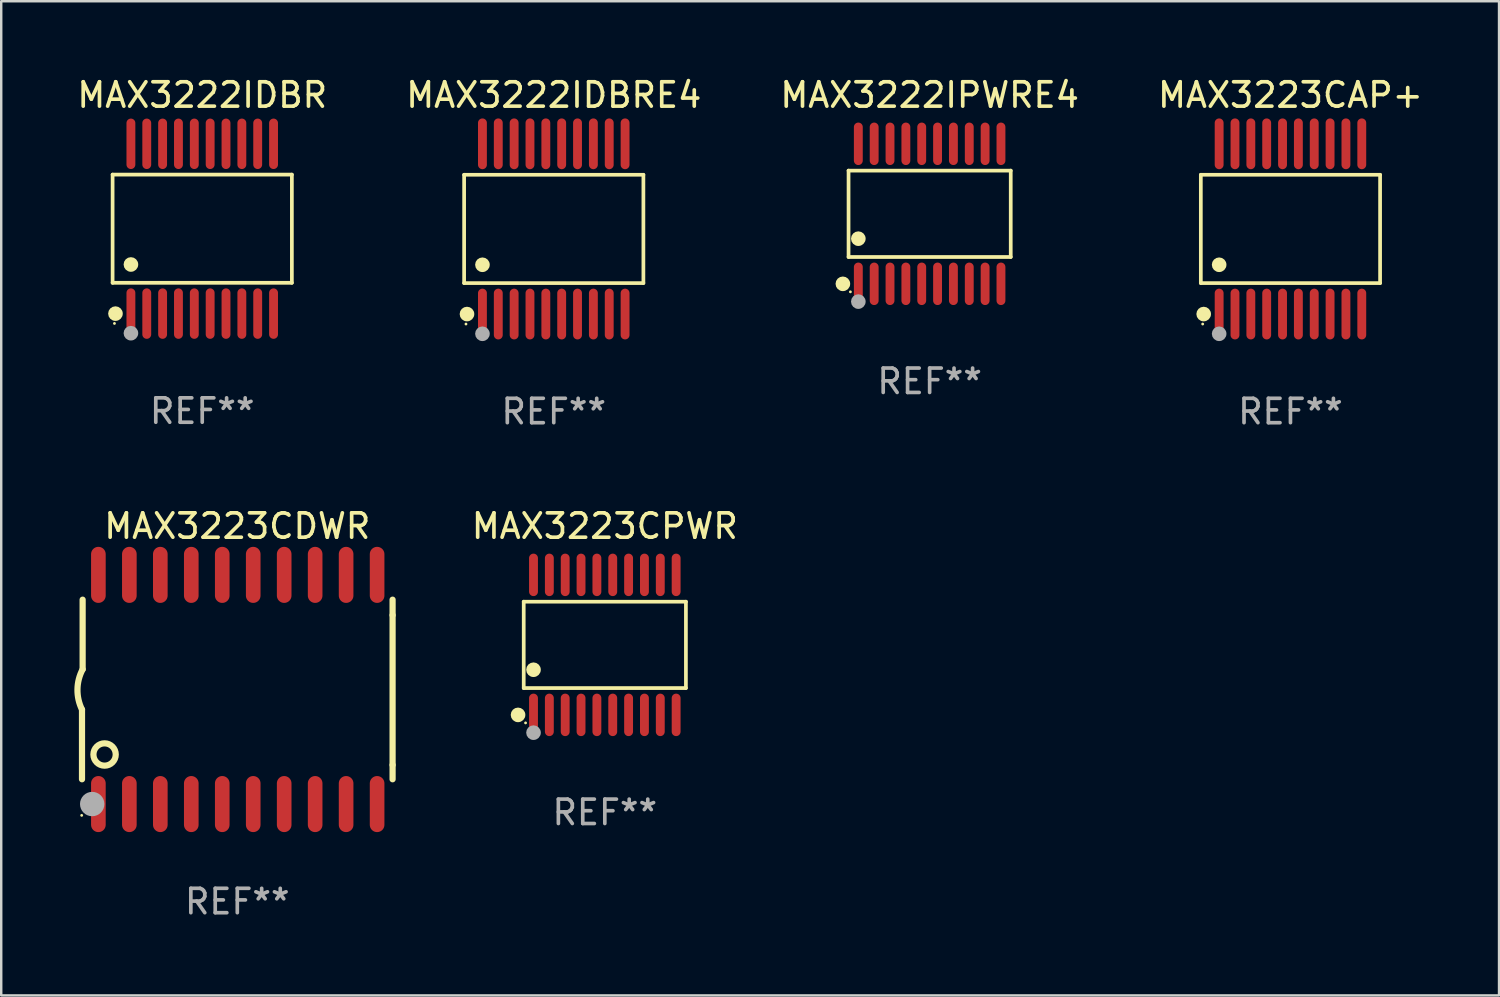
<source format=kicad_pcb>
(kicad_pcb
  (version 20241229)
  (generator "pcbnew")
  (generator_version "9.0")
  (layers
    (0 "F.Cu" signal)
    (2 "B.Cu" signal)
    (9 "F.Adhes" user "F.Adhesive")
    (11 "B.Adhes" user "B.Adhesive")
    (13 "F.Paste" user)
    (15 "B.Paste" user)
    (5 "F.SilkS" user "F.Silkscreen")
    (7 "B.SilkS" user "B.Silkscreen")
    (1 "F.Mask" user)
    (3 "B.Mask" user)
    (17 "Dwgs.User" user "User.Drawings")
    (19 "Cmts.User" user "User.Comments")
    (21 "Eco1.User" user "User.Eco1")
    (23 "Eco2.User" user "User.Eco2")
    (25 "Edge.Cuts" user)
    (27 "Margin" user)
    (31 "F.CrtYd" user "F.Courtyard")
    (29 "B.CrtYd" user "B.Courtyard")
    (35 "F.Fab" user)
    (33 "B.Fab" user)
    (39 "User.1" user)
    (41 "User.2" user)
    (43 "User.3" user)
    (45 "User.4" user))
  (footprint "MAX3222IDBRE4"
    (layer "F.Cu")
    (at 19.661 6.339)
    (property "Reference" "MAX3222IDBRE4" (at 0 -5.491 0) (layer "F.SilkS") (effects (font (size 1 1) (thickness 0.15))))
    (attr through_hole)
    (fp_line (start -3.676 -2.221) (end 3.676 -2.221) (stroke (width 0.152) (type solid)) (layer "F.SilkS"))
    (fp_line (start -3.676 2.221) (end -3.676 -2.221) (stroke (width 0.152) (type solid)) (layer "F.SilkS"))
    (fp_line (start 3.676 -2.221) (end 3.676 2.221) (stroke (width 0.152) (type solid)) (layer "F.SilkS"))
    (fp_line (start 3.676 2.221) (end -3.676 2.221) (stroke (width 0.152) (type solid)) (layer "F.SilkS"))
    (fp_circle (center -3.6 3.9) (end -3.57 3.9) (stroke (width 0.06) (type solid)) (fill no) (layer "F.SilkS"))
    (fp_circle (center -3.559 3.491) (end -3.409 3.491) (stroke (width 0.3) (type solid)) (fill no) (layer "F.SilkS"))
    (fp_circle (center -2.925 1.469) (end -2.775 1.469) (stroke (width 0.3) (type solid)) (fill no) (layer "F.SilkS"))
    (fp_circle (center -2.925 4.3) (end -2.775 4.3) (stroke (width 0.3) (type solid)) (fill no) (layer "F.Fab"))
    (fp_text user "REF**" (at 0 7.491 0) (layer "F.Fab") (effects (font (size 1 1) (thickness 0.15))))
    (pad "1" smd oval (at -2.925 3.491) (size 0.364 2.082) (layers "F.Cu" "F.Mask" "F.Paste"))
    (pad "2" smd oval (at -2.275 3.491) (size 0.364 2.082) (layers "F.Cu" "F.Mask" "F.Paste"))
    (pad "3" smd oval (at -1.625 3.491) (size 0.364 2.082) (layers "F.Cu" "F.Mask" "F.Paste"))
    (pad "4" smd oval (at -0.975 3.491) (size 0.364 2.082) (layers "F.Cu" "F.Mask" "F.Paste"))
    (pad "5" smd oval (at -0.325 3.491) (size 0.364 2.082) (layers "F.Cu" "F.Mask" "F.Paste"))
    (pad "6" smd oval (at 0.325 3.491) (size 0.364 2.082) (layers "F.Cu" "F.Mask" "F.Paste"))
    (pad "7" smd oval (at 0.975 3.491) (size 0.364 2.082) (layers "F.Cu" "F.Mask" "F.Paste"))
    (pad "8" smd oval (at 1.625 3.491) (size 0.364 2.082) (layers "F.Cu" "F.Mask" "F.Paste"))
    (pad "9" smd oval (at 2.275 3.491) (size 0.364 2.082) (layers "F.Cu" "F.Mask" "F.Paste"))
    (pad "10" smd oval (at 2.925 3.491) (size 0.364 2.082) (layers "F.Cu" "F.Mask" "F.Paste"))
    (pad "11" smd oval (at 2.925 -3.491) (size 0.364 2.082) (layers "F.Cu" "F.Mask" "F.Paste"))
    (pad "12" smd oval (at 2.275 -3.491) (size 0.364 2.082) (layers "F.Cu" "F.Mask" "F.Paste"))
    (pad "13" smd oval (at 1.625 -3.491) (size 0.364 2.082) (layers "F.Cu" "F.Mask" "F.Paste"))
    (pad "14" smd oval (at 0.975 -3.491) (size 0.364 2.082) (layers "F.Cu" "F.Mask" "F.Paste"))
    (pad "15" smd oval (at 0.325 -3.491) (size 0.364 2.082) (layers "F.Cu" "F.Mask" "F.Paste"))
    (pad "16" smd oval (at -0.325 -3.491) (size 0.364 2.082) (layers "F.Cu" "F.Mask" "F.Paste"))
    (pad "17" smd oval (at -0.975 -3.491) (size 0.364 2.082) (layers "F.Cu" "F.Mask" "F.Paste"))
    (pad "18" smd oval (at -1.625 -3.491) (size 0.364 2.082) (layers "F.Cu" "F.Mask" "F.Paste"))
    (pad "19" smd oval (at -2.275 -3.491) (size 0.364 2.082) (layers "F.Cu" "F.Mask" "F.Paste"))
    (pad "20" smd oval (at -2.925 -3.491) (size 0.364 2.082) (layers "F.Cu" "F.Mask" "F.Paste")))
  (footprint "MAX3223CPWR"
    (layer "F.Cu")
    (at 21.755 23.398)
    (property "Reference" "MAX3223CPWR" (at 0 -4.871 0) (layer "F.SilkS") (effects (font (size 1 1) (thickness 0.15))))
    (attr through_hole)
    (fp_line (start -3.326 -1.771) (end 3.326 -1.771) (stroke (width 0.152) (type solid)) (layer "F.SilkS"))
    (fp_line (start -3.326 1.771) (end -3.326 -1.771) (stroke (width 0.152) (type solid)) (layer "F.SilkS"))
    (fp_line (start 3.326 -1.771) (end 3.326 1.771) (stroke (width 0.152) (type solid)) (layer "F.SilkS"))
    (fp_line (start 3.326 1.771) (end -3.326 1.771) (stroke (width 0.152) (type solid)) (layer "F.SilkS"))
    (fp_circle (center -3.559 2.871) (end -3.409 2.871) (stroke (width 0.3) (type solid)) (fill no) (layer "F.SilkS"))
    (fp_circle (center -3.25 3.2) (end -3.22 3.2) (stroke (width 0.06) (type solid)) (fill no) (layer "F.SilkS"))
    (fp_circle (center -2.925 1.019) (end -2.775 1.019) (stroke (width 0.3) (type solid)) (fill no) (layer "F.SilkS"))
    (fp_circle (center -2.925 3.6) (end -2.775 3.6) (stroke (width 0.3) (type solid)) (fill no) (layer "F.Fab"))
    (fp_text user "REF**" (at 0 6.871 0) (layer "F.Fab") (effects (font (size 1 1) (thickness 0.15))))
    (pad "1" smd oval (at -2.925 2.871) (size 0.364 1.742) (layers "F.Cu" "F.Mask" "F.Paste"))
    (pad "2" smd oval (at -2.275 2.871) (size 0.364 1.742) (layers "F.Cu" "F.Mask" "F.Paste"))
    (pad "3" smd oval (at -1.625 2.871) (size 0.364 1.742) (layers "F.Cu" "F.Mask" "F.Paste"))
    (pad "4" smd oval (at -0.975 2.871) (size 0.364 1.742) (layers "F.Cu" "F.Mask" "F.Paste"))
    (pad "5" smd oval (at -0.325 2.871) (size 0.364 1.742) (layers "F.Cu" "F.Mask" "F.Paste"))
    (pad "6" smd oval (at 0.325 2.871) (size 0.364 1.742) (layers "F.Cu" "F.Mask" "F.Paste"))
    (pad "7" smd oval (at 0.975 2.871) (size 0.364 1.742) (layers "F.Cu" "F.Mask" "F.Paste"))
    (pad "8" smd oval (at 1.625 2.871) (size 0.364 1.742) (layers "F.Cu" "F.Mask" "F.Paste"))
    (pad "9" smd oval (at 2.275 2.871) (size 0.364 1.742) (layers "F.Cu" "F.Mask" "F.Paste"))
    (pad "10" smd oval (at 2.925 2.871) (size 0.364 1.742) (layers "F.Cu" "F.Mask" "F.Paste"))
    (pad "11" smd oval (at 2.925 -2.871) (size 0.364 1.742) (layers "F.Cu" "F.Mask" "F.Paste"))
    (pad "12" smd oval (at 2.275 -2.871) (size 0.364 1.742) (layers "F.Cu" "F.Mask" "F.Paste"))
    (pad "13" smd oval (at 1.625 -2.871) (size 0.364 1.742) (layers "F.Cu" "F.Mask" "F.Paste"))
    (pad "14" smd oval (at 0.975 -2.871) (size 0.364 1.742) (layers "F.Cu" "F.Mask" "F.Paste"))
    (pad "15" smd oval (at 0.325 -2.871) (size 0.364 1.742) (layers "F.Cu" "F.Mask" "F.Paste"))
    (pad "16" smd oval (at -0.325 -2.871) (size 0.364 1.742) (layers "F.Cu" "F.Mask" "F.Paste"))
    (pad "17" smd oval (at -0.975 -2.871) (size 0.364 1.742) (layers "F.Cu" "F.Mask" "F.Paste"))
    (pad "18" smd oval (at -1.625 -2.871) (size 0.364 1.742) (layers "F.Cu" "F.Mask" "F.Paste"))
    (pad "19" smd oval (at -2.275 -2.871) (size 0.364 1.742) (layers "F.Cu" "F.Mask" "F.Paste"))
    (pad "20" smd oval (at -2.925 -2.871) (size 0.364 1.742) (layers "F.Cu" "F.Mask" "F.Paste")))
  (footprint "MAX3222IDBR"
    (layer "F.Cu")
    (at 5.244 6.33)
    (property "Reference" "MAX3222IDBR" (at 0 -5.482 0) (layer "F.SilkS") (effects (font (size 1 1) (thickness 0.15))))
    (attr through_hole)
    (fp_line (start -3.676 -2.219) (end 3.676 -2.219) (stroke (width 0.152) (type solid)) (layer "F.SilkS"))
    (fp_line (start -3.676 2.219) (end -3.676 -2.219) (stroke (width 0.152) (type solid)) (layer "F.SilkS"))
    (fp_line (start 3.676 -2.219) (end 3.676 2.219) (stroke (width 0.152) (type solid)) (layer "F.SilkS"))
    (fp_line (start 3.676 2.219) (end -3.676 2.219) (stroke (width 0.152) (type solid)) (layer "F.SilkS"))
    (fp_circle (center -3.6 3.885) (end -3.57 3.885) (stroke (width 0.06) (type solid)) (fill no) (layer "F.SilkS"))
    (fp_circle (center -3.559 3.482) (end -3.409 3.482) (stroke (width 0.3) (type solid)) (fill no) (layer "F.SilkS"))
    (fp_circle (center -2.925 1.467) (end -2.775 1.467) (stroke (width 0.3) (type solid)) (fill no) (layer "F.SilkS"))
    (fp_circle (center -2.925 4.285) (end -2.775 4.285) (stroke (width 0.3) (type solid)) (fill no) (layer "F.Fab"))
    (fp_text user "REF**" (at 0 7.482 0) (layer "F.Fab") (effects (font (size 1 1) (thickness 0.15))))
    (pad "1" smd oval (at -2.925 3.482) (size 0.364 2.069) (layers "F.Cu" "F.Mask" "F.Paste"))
    (pad "2" smd oval (at -2.275 3.482) (size 0.364 2.069) (layers "F.Cu" "F.Mask" "F.Paste"))
    (pad "3" smd oval (at -1.625 3.482) (size 0.364 2.069) (layers "F.Cu" "F.Mask" "F.Paste"))
    (pad "4" smd oval (at -0.975 3.482) (size 0.364 2.069) (layers "F.Cu" "F.Mask" "F.Paste"))
    (pad "5" smd oval (at -0.325 3.482) (size 0.364 2.069) (layers "F.Cu" "F.Mask" "F.Paste"))
    (pad "6" smd oval (at 0.325 3.482) (size 0.364 2.069) (layers "F.Cu" "F.Mask" "F.Paste"))
    (pad "7" smd oval (at 0.975 3.482) (size 0.364 2.069) (layers "F.Cu" "F.Mask" "F.Paste"))
    (pad "8" smd oval (at 1.625 3.482) (size 0.364 2.069) (layers "F.Cu" "F.Mask" "F.Paste"))
    (pad "9" smd oval (at 2.275 3.482) (size 0.364 2.069) (layers "F.Cu" "F.Mask" "F.Paste"))
    (pad "10" smd oval (at 2.925 3.482) (size 0.364 2.069) (layers "F.Cu" "F.Mask" "F.Paste"))
    (pad "11" smd oval (at 2.925 -3.482) (size 0.364 2.069) (layers "F.Cu" "F.Mask" "F.Paste"))
    (pad "12" smd oval (at 2.275 -3.482) (size 0.364 2.069) (layers "F.Cu" "F.Mask" "F.Paste"))
    (pad "13" smd oval (at 1.625 -3.482) (size 0.364 2.069) (layers "F.Cu" "F.Mask" "F.Paste"))
    (pad "14" smd oval (at 0.975 -3.482) (size 0.364 2.069) (layers "F.Cu" "F.Mask" "F.Paste"))
    (pad "15" smd oval (at 0.325 -3.482) (size 0.364 2.069) (layers "F.Cu" "F.Mask" "F.Paste"))
    (pad "16" smd oval (at -0.325 -3.482) (size 0.364 2.069) (layers "F.Cu" "F.Mask" "F.Paste"))
    (pad "17" smd oval (at -0.975 -3.482) (size 0.364 2.069) (layers "F.Cu" "F.Mask" "F.Paste"))
    (pad "18" smd oval (at -1.625 -3.482) (size 0.364 2.069) (layers "F.Cu" "F.Mask" "F.Paste"))
    (pad "19" smd oval (at -2.275 -3.482) (size 0.364 2.069) (layers "F.Cu" "F.Mask" "F.Paste"))
    (pad "20" smd oval (at -2.925 -3.482) (size 0.364 2.069) (layers "F.Cu" "F.Mask" "F.Paste")))
  (footprint "MAX3222IPWRE4"
    (layer "F.Cu")
    (at 35.077 5.719)
    (property "Reference" "MAX3222IPWRE4" (at 0 -4.871 0) (layer "F.SilkS") (effects (font (size 1 1) (thickness 0.15))))
    (attr through_hole)
    (fp_line (start -3.326 -1.771) (end 3.326 -1.771) (stroke (width 0.152) (type solid)) (layer "F.SilkS"))
    (fp_line (start -3.326 1.771) (end -3.326 -1.771) (stroke (width 0.152) (type solid)) (layer "F.SilkS"))
    (fp_line (start 3.326 -1.771) (end 3.326 1.771) (stroke (width 0.152) (type solid)) (layer "F.SilkS"))
    (fp_line (start 3.326 1.771) (end -3.326 1.771) (stroke (width 0.152) (type solid)) (layer "F.SilkS"))
    (fp_circle (center -3.559 2.871) (end -3.409 2.871) (stroke (width 0.3) (type solid)) (fill no) (layer "F.SilkS"))
    (fp_circle (center -3.25 3.2) (end -3.22 3.2) (stroke (width 0.06) (type solid)) (fill no) (layer "F.SilkS"))
    (fp_circle (center -2.925 1.019) (end -2.775 1.019) (stroke (width 0.3) (type solid)) (fill no) (layer "F.SilkS"))
    (fp_circle (center -2.925 3.6) (end -2.775 3.6) (stroke (width 0.3) (type solid)) (fill no) (layer "F.Fab"))
    (fp_text user "REF**" (at 0 6.871 0) (layer "F.Fab") (effects (font (size 1 1) (thickness 0.15))))
    (pad "1" smd oval (at -2.925 2.871) (size 0.364 1.742) (layers "F.Cu" "F.Mask" "F.Paste"))
    (pad "2" smd oval (at -2.275 2.871) (size 0.364 1.742) (layers "F.Cu" "F.Mask" "F.Paste"))
    (pad "3" smd oval (at -1.625 2.871) (size 0.364 1.742) (layers "F.Cu" "F.Mask" "F.Paste"))
    (pad "4" smd oval (at -0.975 2.871) (size 0.364 1.742) (layers "F.Cu" "F.Mask" "F.Paste"))
    (pad "5" smd oval (at -0.325 2.871) (size 0.364 1.742) (layers "F.Cu" "F.Mask" "F.Paste"))
    (pad "6" smd oval (at 0.325 2.871) (size 0.364 1.742) (layers "F.Cu" "F.Mask" "F.Paste"))
    (pad "7" smd oval (at 0.975 2.871) (size 0.364 1.742) (layers "F.Cu" "F.Mask" "F.Paste"))
    (pad "8" smd oval (at 1.625 2.871) (size 0.364 1.742) (layers "F.Cu" "F.Mask" "F.Paste"))
    (pad "9" smd oval (at 2.275 2.871) (size 0.364 1.742) (layers "F.Cu" "F.Mask" "F.Paste"))
    (pad "10" smd oval (at 2.925 2.871) (size 0.364 1.742) (layers "F.Cu" "F.Mask" "F.Paste"))
    (pad "11" smd oval (at 2.925 -2.871) (size 0.364 1.742) (layers "F.Cu" "F.Mask" "F.Paste"))
    (pad "12" smd oval (at 2.275 -2.871) (size 0.364 1.742) (layers "F.Cu" "F.Mask" "F.Paste"))
    (pad "13" smd oval (at 1.625 -2.871) (size 0.364 1.742) (layers "F.Cu" "F.Mask" "F.Paste"))
    (pad "14" smd oval (at 0.975 -2.871) (size 0.364 1.742) (layers "F.Cu" "F.Mask" "F.Paste"))
    (pad "15" smd oval (at 0.325 -2.871) (size 0.364 1.742) (layers "F.Cu" "F.Mask" "F.Paste"))
    (pad "16" smd oval (at -0.325 -2.871) (size 0.364 1.742) (layers "F.Cu" "F.Mask" "F.Paste"))
    (pad "17" smd oval (at -0.975 -2.871) (size 0.364 1.742) (layers "F.Cu" "F.Mask" "F.Paste"))
    (pad "18" smd oval (at -1.625 -2.871) (size 0.364 1.742) (layers "F.Cu" "F.Mask" "F.Paste"))
    (pad "19" smd oval (at -2.275 -2.871) (size 0.364 1.742) (layers "F.Cu" "F.Mask" "F.Paste"))
    (pad "20" smd oval (at -2.925 -2.871) (size 0.364 1.742) (layers "F.Cu" "F.Mask" "F.Paste")))
  (footprint "MAX3223CAP+"
    (layer "F.Cu")
    (at 49.875 6.339)
    (property "Reference" "MAX3223CAP+" (at 0 -5.491 0) (layer "F.SilkS") (effects (font (size 1 1) (thickness 0.15))))
    (attr through_hole)
    (fp_line (start -3.676 -2.221) (end 3.676 -2.221) (stroke (width 0.152) (type solid)) (layer "F.SilkS"))
    (fp_line (start -3.676 2.221) (end -3.676 -2.221) (stroke (width 0.152) (type solid)) (layer "F.SilkS"))
    (fp_line (start 3.676 -2.221) (end 3.676 2.221) (stroke (width 0.152) (type solid)) (layer "F.SilkS"))
    (fp_line (start 3.676 2.221) (end -3.676 2.221) (stroke (width 0.152) (type solid)) (layer "F.SilkS"))
    (fp_circle (center -3.6 3.9) (end -3.57 3.9) (stroke (width 0.06) (type solid)) (fill no) (layer "F.SilkS"))
    (fp_circle (center -3.559 3.491) (end -3.409 3.491) (stroke (width 0.3) (type solid)) (fill no) (layer "F.SilkS"))
    (fp_circle (center -2.925 1.469) (end -2.775 1.469) (stroke (width 0.3) (type solid)) (fill no) (layer "F.SilkS"))
    (fp_circle (center -2.925 4.3) (end -2.775 4.3) (stroke (width 0.3) (type solid)) (fill no) (layer "F.Fab"))
    (fp_text user "REF**" (at 0 7.491 0) (layer "F.Fab") (effects (font (size 1 1) (thickness 0.15))))
    (pad "1" smd oval (at -2.925 3.491) (size 0.364 2.082) (layers "F.Cu" "F.Mask" "F.Paste"))
    (pad "2" smd oval (at -2.275 3.491) (size 0.364 2.082) (layers "F.Cu" "F.Mask" "F.Paste"))
    (pad "3" smd oval (at -1.625 3.491) (size 0.364 2.082) (layers "F.Cu" "F.Mask" "F.Paste"))
    (pad "4" smd oval (at -0.975 3.491) (size 0.364 2.082) (layers "F.Cu" "F.Mask" "F.Paste"))
    (pad "5" smd oval (at -0.325 3.491) (size 0.364 2.082) (layers "F.Cu" "F.Mask" "F.Paste"))
    (pad "6" smd oval (at 0.325 3.491) (size 0.364 2.082) (layers "F.Cu" "F.Mask" "F.Paste"))
    (pad "7" smd oval (at 0.975 3.491) (size 0.364 2.082) (layers "F.Cu" "F.Mask" "F.Paste"))
    (pad "8" smd oval (at 1.625 3.491) (size 0.364 2.082) (layers "F.Cu" "F.Mask" "F.Paste"))
    (pad "9" smd oval (at 2.275 3.491) (size 0.364 2.082) (layers "F.Cu" "F.Mask" "F.Paste"))
    (pad "10" smd oval (at 2.925 3.491) (size 0.364 2.082) (layers "F.Cu" "F.Mask" "F.Paste"))
    (pad "11" smd oval (at 2.925 -3.491) (size 0.364 2.082) (layers "F.Cu" "F.Mask" "F.Paste"))
    (pad "12" smd oval (at 2.275 -3.491) (size 0.364 2.082) (layers "F.Cu" "F.Mask" "F.Paste"))
    (pad "13" smd oval (at 1.625 -3.491) (size 0.364 2.082) (layers "F.Cu" "F.Mask" "F.Paste"))
    (pad "14" smd oval (at 0.975 -3.491) (size 0.364 2.082) (layers "F.Cu" "F.Mask" "F.Paste"))
    (pad "15" smd oval (at 0.325 -3.491) (size 0.364 2.082) (layers "F.Cu" "F.Mask" "F.Paste"))
    (pad "16" smd oval (at -0.325 -3.491) (size 0.364 2.082) (layers "F.Cu" "F.Mask" "F.Paste"))
    (pad "17" smd oval (at -0.975 -3.491) (size 0.364 2.082) (layers "F.Cu" "F.Mask" "F.Paste"))
    (pad "18" smd oval (at -1.625 -3.491) (size 0.364 2.082) (layers "F.Cu" "F.Mask" "F.Paste"))
    (pad "19" smd oval (at -2.275 -3.491) (size 0.364 2.082) (layers "F.Cu" "F.Mask" "F.Paste"))
    (pad "20" smd oval (at -2.925 -3.491) (size 0.364 2.082) (layers "F.Cu" "F.Mask" "F.Paste")))
  (footprint "MAX3223CDWR"
    (layer "F.Cu")
    (at 6.682 25.227)
    (property "Reference" "MAX3223CDWR" (at 0 -6.7 0) (layer "F.SilkS") (effects (font (size 1 1) (thickness 0.15))))
    (attr through_hole)
    (fp_line (start -6.369 0.826) (end -6.369 3.683) (stroke (width 0.254) (type solid)) (layer "F.SilkS"))
    (fp_line (start -6.343 -0.825) (end -6.343 -3.683) (stroke (width 0.254) (type solid)) (layer "F.SilkS"))
    (fp_line (start 6.369 -3.048) (end 6.369 -3.683) (stroke (width 0.254) (type solid)) (layer "F.SilkS"))
    (fp_line (start 6.369 -3.048) (end 6.369 3.096) (stroke (width 0.254) (type solid)) (layer "F.SilkS"))
    (fp_line (start 6.369 3.096) (end 6.369 3.683) (stroke (width 0.254) (type solid)) (layer "F.SilkS"))
    (fp_arc (start -6.36853 0.825552) (mid -6.554743 -0.00301) (end -6.343129 -0.825451) (stroke (width 0.254001) (type solid)) (layer "F.SilkS"))
    (fp_circle (center -6.382 5.163) (end -6.352 5.163) (stroke (width 0.06) (type solid)) (fill no) (layer "F.SilkS"))
    (fp_circle (center -5.443 2.667) (end -4.985 2.667) (stroke (width 0.254) (type solid)) (fill no) (layer "F.SilkS"))
    (fp_circle (center -5.951 4.699) (end -5.701 4.699) (stroke (width 0.5) (type solid)) (fill no) (layer "F.Fab"))
    (fp_text user "REF**" (at 0 8.7 0) (layer "F.Fab") (effects (font (size 1 1) (thickness 0.15))))
    (pad "1" smd oval (at -5.697 4.7 180) (size 0.6 2.3) (layers "F.Cu" "F.Mask" "F.Paste"))
    (pad "2" smd oval (at -4.427 4.7 180) (size 0.6 2.3) (layers "F.Cu" "F.Mask" "F.Paste"))
    (pad "3" smd oval (at -3.157 4.7 180) (size 0.6 2.3) (layers "F.Cu" "F.Mask" "F.Paste"))
    (pad "4" smd oval (at -1.887 4.7 180) (size 0.6 2.3) (layers "F.Cu" "F.Mask" "F.Paste"))
    (pad "5" smd oval (at -0.617 4.7 180) (size 0.6 2.3) (layers "F.Cu" "F.Mask" "F.Paste"))
    (pad "6" smd oval (at 0.653 4.7 180) (size 0.6 2.3) (layers "F.Cu" "F.Mask" "F.Paste"))
    (pad "7" smd oval (at 1.923 4.7 180) (size 0.6 2.3) (layers "F.Cu" "F.Mask" "F.Paste"))
    (pad "8" smd oval (at 3.193 4.7 180) (size 0.6 2.3) (layers "F.Cu" "F.Mask" "F.Paste"))
    (pad "9" smd oval (at 4.463 4.7 180) (size 0.6 2.3) (layers "F.Cu" "F.Mask" "F.Paste"))
    (pad "10" smd oval (at 5.734 4.7 180) (size 0.6 2.3) (layers "F.Cu" "F.Mask" "F.Paste"))
    (pad "11" smd oval (at 5.734 -4.7 180) (size 0.6 2.3) (layers "F.Cu" "F.Mask" "F.Paste"))
    (pad "12" smd oval (at 4.463 -4.7 180) (size 0.6 2.3) (layers "F.Cu" "F.Mask" "F.Paste"))
    (pad "13" smd oval (at 3.193 -4.7 180) (size 0.6 2.3) (layers "F.Cu" "F.Mask" "F.Paste"))
    (pad "14" smd oval (at 1.923 -4.7 180) (size 0.6 2.3) (layers "F.Cu" "F.Mask" "F.Paste"))
    (pad "15" smd oval (at 0.653 -4.7 180) (size 0.6 2.3) (layers "F.Cu" "F.Mask" "F.Paste"))
    (pad "16" smd oval (at -0.617 -4.7 180) (size 0.6 2.3) (layers "F.Cu" "F.Mask" "F.Paste"))
    (pad "17" smd oval (at -1.887 -4.7 180) (size 0.6 2.3) (layers "F.Cu" "F.Mask" "F.Paste"))
    (pad "18" smd oval (at -3.157 -4.7 180) (size 0.6 2.3) (layers "F.Cu" "F.Mask" "F.Paste"))
    (pad "19" smd oval (at -4.427 -4.7 180) (size 0.6 2.3) (layers "F.Cu" "F.Mask" "F.Paste"))
    (pad "20" smd oval (at -5.697 -4.7 180) (size 0.6 2.3) (layers "F.Cu" "F.Mask" "F.Paste")))
  (gr_rect
    (start -3 -3)
    (end 58.429 37.775)
    (stroke (width 0.1) (type default))
    (fill no)
    (layer "Edge.Cuts")))
</source>
